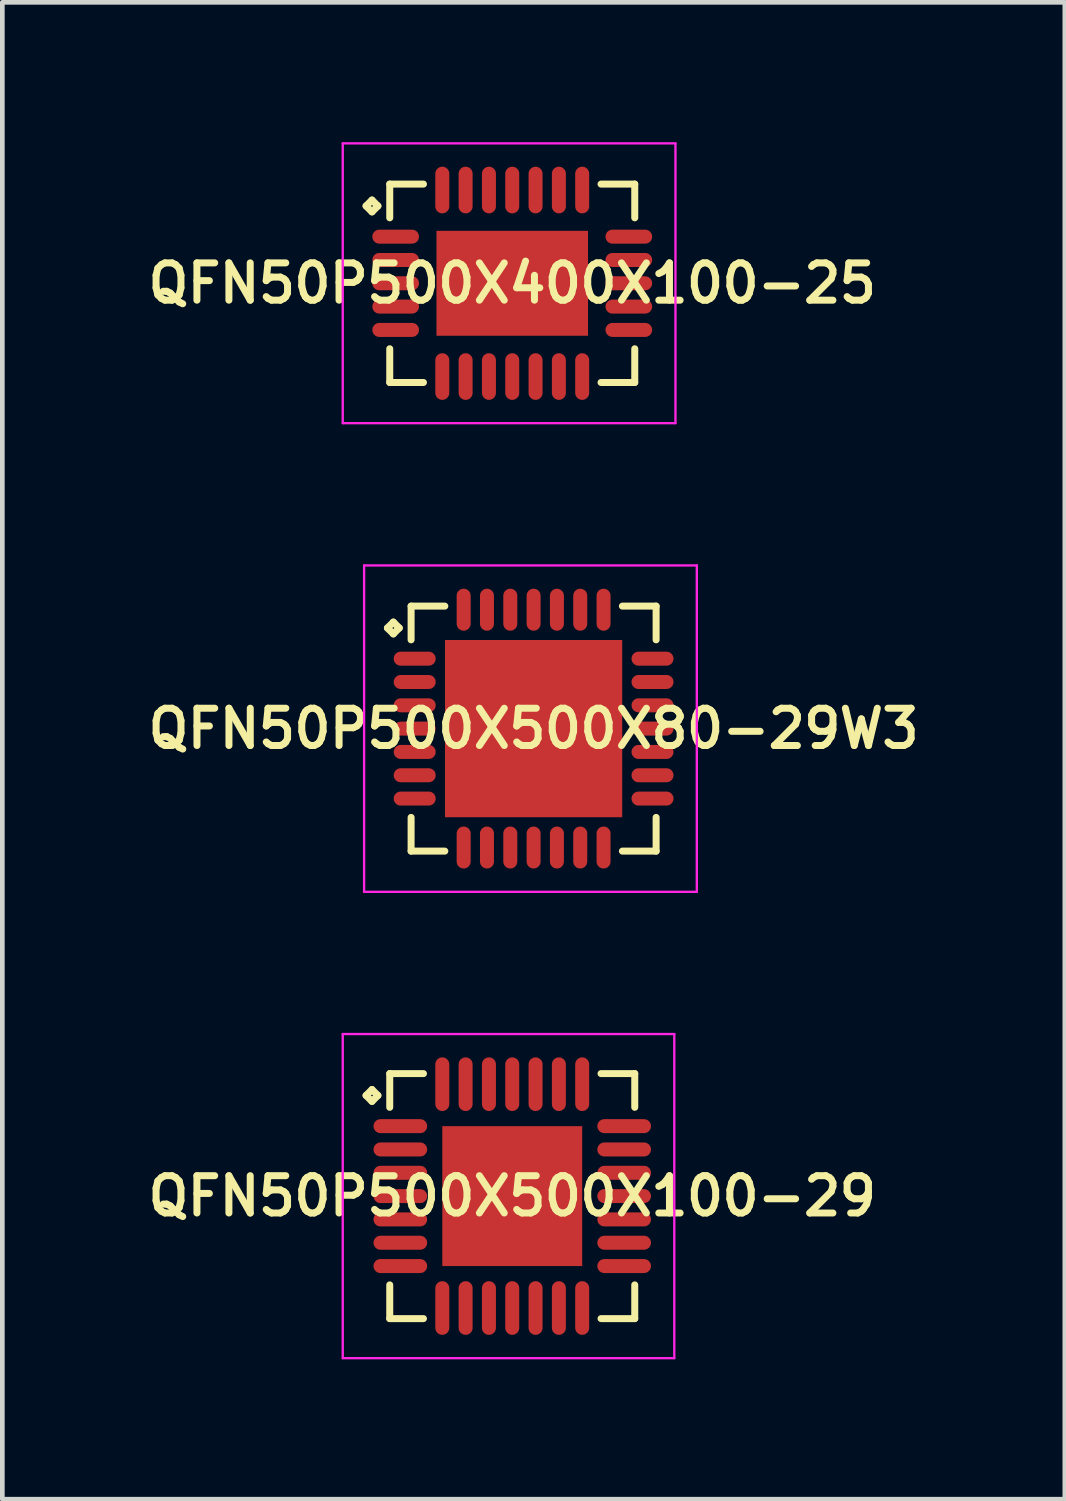
<source format=kicad_pcb>
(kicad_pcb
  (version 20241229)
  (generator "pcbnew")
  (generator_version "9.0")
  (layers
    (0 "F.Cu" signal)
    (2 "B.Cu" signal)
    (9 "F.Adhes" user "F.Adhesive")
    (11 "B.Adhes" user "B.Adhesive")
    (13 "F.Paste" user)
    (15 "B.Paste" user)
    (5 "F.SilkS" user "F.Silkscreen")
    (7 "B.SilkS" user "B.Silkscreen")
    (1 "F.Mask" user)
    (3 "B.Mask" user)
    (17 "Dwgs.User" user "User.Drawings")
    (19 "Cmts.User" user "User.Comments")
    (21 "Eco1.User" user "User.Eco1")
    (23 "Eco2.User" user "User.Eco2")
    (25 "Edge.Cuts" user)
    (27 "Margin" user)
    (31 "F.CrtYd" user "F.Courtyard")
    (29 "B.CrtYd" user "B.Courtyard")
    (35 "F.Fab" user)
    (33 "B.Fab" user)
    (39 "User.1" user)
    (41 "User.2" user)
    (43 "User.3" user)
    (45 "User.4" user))
  (footprint "QFN50P500X500X80-29W3"
    (layer "F.Cu")
    (at 8.393 12.575)
    (property "Reference" "QFN50P500X500X80-29W3" (at 0 0 0) (layer "F.SilkS") (effects (font (size 0.8 0.8) (thickness 0.15))))
    (attr smd)
    (fp_line (start -3.135 -2.158) (end -3.008 -2.285) (stroke (width 0.15) (type solid)) (layer "F.SilkS"))
    (fp_line (start -3.008 -2.285) (end -2.881 -2.158) (stroke (width 0.15) (type solid)) (layer "F.SilkS"))
    (fp_line (start -3.008 -2.031) (end -3.135 -2.158) (stroke (width 0.15) (type solid)) (layer "F.SilkS"))
    (fp_line (start -2.881 -2.158) (end -3.008 -2.031) (stroke (width 0.15) (type solid)) (layer "F.SilkS"))
    (fp_line (start -2.627 -2.627) (end -1.904 -2.627) (stroke (width 0.15) (type solid)) (layer "F.SilkS"))
    (fp_line (start -2.627 -1.904) (end -2.627 -2.627) (stroke (width 0.15) (type solid)) (layer "F.SilkS"))
    (fp_line (start -2.627 1.904) (end -2.627 2.627) (stroke (width 0.15) (type solid)) (layer "F.SilkS"))
    (fp_line (start -2.627 2.627) (end -1.904 2.627) (stroke (width 0.15) (type solid)) (layer "F.SilkS"))
    (fp_line (start 1.904 -2.627) (end 2.627 -2.627) (stroke (width 0.15) (type solid)) (layer "F.SilkS"))
    (fp_line (start 1.904 2.627) (end 2.627 2.627) (stroke (width 0.15) (type solid)) (layer "F.SilkS"))
    (fp_line (start 2.627 -2.627) (end 2.627 -1.904) (stroke (width 0.15) (type solid)) (layer "F.SilkS"))
    (fp_line (start 2.627 2.627) (end 2.627 1.904) (stroke (width 0.15) (type solid)) (layer "F.SilkS"))
    (fp_line (start -3.635 -3.5) (end 3.5 -3.5) (stroke (width 0.05) (type solid)) (layer "F.CrtYd"))
    (fp_line (start -3.635 3.5) (end -3.635 -3.5) (stroke (width 0.05) (type solid)) (layer "F.CrtYd"))
    (fp_line (start 3.5 -3.5) (end 3.5 3.5) (stroke (width 0.05) (type solid)) (layer "F.CrtYd"))
    (fp_line (start 3.5 3.5) (end -3.635 3.5) (stroke (width 0.05) (type solid)) (layer "F.CrtYd"))
    (pad "1" smd oval (at -2.55 -1.5) (size 0.9 0.3) (layers "F.Cu" "F.Mask" "F.Paste"))
    (pad "2" smd oval (at -2.55 -1) (size 0.9 0.3) (layers "F.Cu" "F.Mask" "F.Paste"))
    (pad "3" smd oval (at -2.55 -0.5) (size 0.9 0.3) (layers "F.Cu" "F.Mask" "F.Paste"))
    (pad "4" smd oval (at -2.55 0) (size 0.9 0.3) (layers "F.Cu" "F.Mask" "F.Paste"))
    (pad "5" smd oval (at -2.55 0.5) (size 0.9 0.3) (layers "F.Cu" "F.Mask" "F.Paste"))
    (pad "6" smd oval (at -2.55 1) (size 0.9 0.3) (layers "F.Cu" "F.Mask" "F.Paste"))
    (pad "7" smd oval (at -2.55 1.5) (size 0.9 0.3) (layers "F.Cu" "F.Mask" "F.Paste"))
    (pad "8" smd oval (at -1.5 2.55) (size 0.3 0.9) (layers "F.Cu" "F.Mask" "F.Paste"))
    (pad "9" smd oval (at -1 2.55) (size 0.3 0.9) (layers "F.Cu" "F.Mask" "F.Paste"))
    (pad "10" smd oval (at -0.5 2.55) (size 0.3 0.9) (layers "F.Cu" "F.Mask" "F.Paste"))
    (pad "11" smd oval (at 0 2.55) (size 0.3 0.9) (layers "F.Cu" "F.Mask" "F.Paste"))
    (pad "12" smd oval (at 0.5 2.55) (size 0.3 0.9) (layers "F.Cu" "F.Mask" "F.Paste"))
    (pad "13" smd oval (at 1 2.55) (size 0.3 0.9) (layers "F.Cu" "F.Mask" "F.Paste"))
    (pad "14" smd oval (at 1.5 2.55) (size 0.3 0.9) (layers "F.Cu" "F.Mask" "F.Paste"))
    (pad "15" smd oval (at 2.55 1.5) (size 0.9 0.3) (layers "F.Cu" "F.Mask" "F.Paste"))
    (pad "16" smd oval (at 2.55 1) (size 0.9 0.3) (layers "F.Cu" "F.Mask" "F.Paste"))
    (pad "17" smd oval (at 2.55 0.5) (size 0.9 0.3) (layers "F.Cu" "F.Mask" "F.Paste"))
    (pad "18" smd oval (at 2.55 0) (size 0.9 0.3) (layers "F.Cu" "F.Mask" "F.Paste"))
    (pad "19" smd oval (at 2.55 -0.5) (size 0.9 0.3) (layers "F.Cu" "F.Mask" "F.Paste"))
    (pad "20" smd oval (at 2.55 -1) (size 0.9 0.3) (layers "F.Cu" "F.Mask" "F.Paste"))
    (pad "21" smd oval (at 2.55 -1.5) (size 0.9 0.3) (layers "F.Cu" "F.Mask" "F.Paste"))
    (pad "22" smd oval (at 1.5 -2.55) (size 0.3 0.9) (layers "F.Cu" "F.Mask" "F.Paste"))
    (pad "23" smd oval (at 1 -2.55) (size 0.3 0.9) (layers "F.Cu" "F.Mask" "F.Paste"))
    (pad "24" smd oval (at 0.5 -2.55) (size 0.3 0.9) (layers "F.Cu" "F.Mask" "F.Paste"))
    (pad "25" smd oval (at 0 -2.55) (size 0.3 0.9) (layers "F.Cu" "F.Mask" "F.Paste"))
    (pad "26" smd oval (at -0.5 -2.55) (size 0.3 0.9) (layers "F.Cu" "F.Mask" "F.Paste"))
    (pad "27" smd oval (at -1 -2.55) (size 0.3 0.9) (layers "F.Cu" "F.Mask" "F.Paste"))
    (pad "28" smd oval (at -1.5 -2.55) (size 0.3 0.9) (layers "F.Cu" "F.Mask" "F.Paste"))
    (pad "29" smd rect (at 0 0) (size 3.8 3.8) (layers "F.Cu" "F.Mask" "F.Paste")))
  (footprint "QFN50P500X400X100-25"
    (layer "F.Cu")
    (at 7.935 3.025)
    (property "Reference" "QFN50P500X400X100-25" (at 0 0 0) (layer "F.SilkS") (effects (font (size 0.8 0.8) (thickness 0.15))))
    (attr smd)
    (fp_line (start -3.135 -1.658) (end -3.008 -1.785) (stroke (width 0.15) (type solid)) (layer "F.SilkS"))
    (fp_line (start -3.008 -1.785) (end -2.881 -1.658) (stroke (width 0.15) (type solid)) (layer "F.SilkS"))
    (fp_line (start -3.008 -1.531) (end -3.135 -1.658) (stroke (width 0.15) (type solid)) (layer "F.SilkS"))
    (fp_line (start -2.881 -1.658) (end -3.008 -1.531) (stroke (width 0.15) (type solid)) (layer "F.SilkS"))
    (fp_line (start -2.627 -2.127) (end -1.904 -2.127) (stroke (width 0.15) (type solid)) (layer "F.SilkS"))
    (fp_line (start -2.627 -1.404) (end -2.627 -2.127) (stroke (width 0.15) (type solid)) (layer "F.SilkS"))
    (fp_line (start -2.627 1.404) (end -2.627 2.127) (stroke (width 0.15) (type solid)) (layer "F.SilkS"))
    (fp_line (start -2.627 2.127) (end -1.904 2.127) (stroke (width 0.15) (type solid)) (layer "F.SilkS"))
    (fp_line (start 1.904 -2.127) (end 2.627 -2.127) (stroke (width 0.15) (type solid)) (layer "F.SilkS"))
    (fp_line (start 1.904 2.127) (end 2.627 2.127) (stroke (width 0.15) (type solid)) (layer "F.SilkS"))
    (fp_line (start 2.627 -2.127) (end 2.627 -1.404) (stroke (width 0.15) (type solid)) (layer "F.SilkS"))
    (fp_line (start 2.627 2.127) (end 2.627 1.404) (stroke (width 0.15) (type solid)) (layer "F.SilkS"))
    (fp_line (start -3.635 -3) (end 3.5 -3) (stroke (width 0.05) (type solid)) (layer "F.CrtYd"))
    (fp_line (start -3.635 3) (end -3.635 -3) (stroke (width 0.05) (type solid)) (layer "F.CrtYd"))
    (fp_line (start 3.5 -3) (end 3.5 3) (stroke (width 0.05) (type solid)) (layer "F.CrtYd"))
    (fp_line (start 3.5 3) (end -3.635 3) (stroke (width 0.05) (type solid)) (layer "F.CrtYd"))
    (pad "1" smd oval (at -2.5 -1) (size 1 0.3) (layers "F.Cu" "F.Mask" "F.Paste"))
    (pad "2" smd oval (at -2.5 -0.5) (size 1 0.3) (layers "F.Cu" "F.Mask" "F.Paste"))
    (pad "3" smd oval (at -2.5 0) (size 1 0.3) (layers "F.Cu" "F.Mask" "F.Paste"))
    (pad "4" smd oval (at -2.5 0.5) (size 1 0.3) (layers "F.Cu" "F.Mask" "F.Paste"))
    (pad "5" smd oval (at -2.5 1) (size 1 0.3) (layers "F.Cu" "F.Mask" "F.Paste"))
    (pad "6" smd oval (at -1.5 2) (size 0.3 1) (layers "F.Cu" "F.Mask" "F.Paste"))
    (pad "7" smd oval (at -1 2) (size 0.3 1) (layers "F.Cu" "F.Mask" "F.Paste"))
    (pad "8" smd oval (at -0.5 2) (size 0.3 1) (layers "F.Cu" "F.Mask" "F.Paste"))
    (pad "9" smd oval (at 0 2) (size 0.3 1) (layers "F.Cu" "F.Mask" "F.Paste"))
    (pad "10" smd oval (at 0.5 2) (size 0.3 1) (layers "F.Cu" "F.Mask" "F.Paste"))
    (pad "11" smd oval (at 1 2) (size 0.3 1) (layers "F.Cu" "F.Mask" "F.Paste"))
    (pad "12" smd oval (at 1.5 2) (size 0.3 1) (layers "F.Cu" "F.Mask" "F.Paste"))
    (pad "13" smd oval (at 2.5 1) (size 1 0.3) (layers "F.Cu" "F.Mask" "F.Paste"))
    (pad "14" smd oval (at 2.5 0.5) (size 1 0.3) (layers "F.Cu" "F.Mask" "F.Paste"))
    (pad "15" smd oval (at 2.5 0) (size 1 0.3) (layers "F.Cu" "F.Mask" "F.Paste"))
    (pad "16" smd oval (at 2.5 -0.5) (size 1 0.3) (layers "F.Cu" "F.Mask" "F.Paste"))
    (pad "17" smd oval (at 2.5 -1) (size 1 0.3) (layers "F.Cu" "F.Mask" "F.Paste"))
    (pad "18" smd oval (at 1.5 -2) (size 0.3 1) (layers "F.Cu" "F.Mask" "F.Paste"))
    (pad "19" smd oval (at 1 -2) (size 0.3 1) (layers "F.Cu" "F.Mask" "F.Paste"))
    (pad "20" smd oval (at 0.5 -2) (size 0.3 1) (layers "F.Cu" "F.Mask" "F.Paste"))
    (pad "21" smd oval (at 0 -2) (size 0.3 1) (layers "F.Cu" "F.Mask" "F.Paste"))
    (pad "22" smd oval (at -0.5 -2) (size 0.3 1) (layers "F.Cu" "F.Mask" "F.Paste"))
    (pad "23" smd oval (at -1 -2) (size 0.3 1) (layers "F.Cu" "F.Mask" "F.Paste"))
    (pad "24" smd oval (at -1.5 -2) (size 0.3 1) (layers "F.Cu" "F.Mask" "F.Paste"))
    (pad "25" smd rect (at 0 0) (size 3.25 2.25) (layers "F.Cu" "F.Mask" "F.Paste")))
  (footprint "QFN50P500X500X100-29"
    (layer "F.Cu")
    (at 7.935 22.6)
    (property "Reference" "QFN50P500X500X100-29" (at 0 0 0) (layer "F.SilkS") (effects (font (size 0.8 0.8) (thickness 0.15))))
    (attr smd)
    (fp_line (start -3.135 -2.158) (end -3.008 -2.285) (stroke (width 0.15) (type solid)) (layer "F.SilkS"))
    (fp_line (start -3.008 -2.285) (end -2.881 -2.158) (stroke (width 0.15) (type solid)) (layer "F.SilkS"))
    (fp_line (start -3.008 -2.031) (end -3.135 -2.158) (stroke (width 0.15) (type solid)) (layer "F.SilkS"))
    (fp_line (start -2.881 -2.158) (end -3.008 -2.031) (stroke (width 0.15) (type solid)) (layer "F.SilkS"))
    (fp_line (start -2.627 -2.627) (end -1.904 -2.627) (stroke (width 0.15) (type solid)) (layer "F.SilkS"))
    (fp_line (start -2.627 -1.904) (end -2.627 -2.627) (stroke (width 0.15) (type solid)) (layer "F.SilkS"))
    (fp_line (start -2.627 1.904) (end -2.627 2.627) (stroke (width 0.15) (type solid)) (layer "F.SilkS"))
    (fp_line (start -2.627 2.627) (end -1.904 2.627) (stroke (width 0.15) (type solid)) (layer "F.SilkS"))
    (fp_line (start 1.904 -2.627) (end 2.627 -2.627) (stroke (width 0.15) (type solid)) (layer "F.SilkS"))
    (fp_line (start 1.904 2.627) (end 2.627 2.627) (stroke (width 0.15) (type solid)) (layer "F.SilkS"))
    (fp_line (start 2.627 -2.627) (end 2.627 -1.904) (stroke (width 0.15) (type solid)) (layer "F.SilkS"))
    (fp_line (start 2.627 2.627) (end 2.627 1.904) (stroke (width 0.15) (type solid)) (layer "F.SilkS"))
    (fp_line (start -3.635 -3.475) (end 3.475 -3.475) (stroke (width 0.05) (type solid)) (layer "F.CrtYd"))
    (fp_line (start -3.635 3.475) (end -3.635 -3.475) (stroke (width 0.05) (type solid)) (layer "F.CrtYd"))
    (fp_line (start 3.475 -3.475) (end 3.475 3.475) (stroke (width 0.05) (type solid)) (layer "F.CrtYd"))
    (fp_line (start 3.475 3.475) (end -3.635 3.475) (stroke (width 0.05) (type solid)) (layer "F.CrtYd"))
    (pad "1" smd oval (at -2.4 -1.5) (size 1.15 0.3) (layers "F.Cu" "F.Mask" "F.Paste"))
    (pad "2" smd oval (at -2.4 -1) (size 1.15 0.3) (layers "F.Cu" "F.Mask" "F.Paste"))
    (pad "3" smd oval (at -2.4 -0.5) (size 1.15 0.3) (layers "F.Cu" "F.Mask" "F.Paste"))
    (pad "4" smd oval (at -2.4 0) (size 1.15 0.3) (layers "F.Cu" "F.Mask" "F.Paste"))
    (pad "5" smd oval (at -2.4 0.5) (size 1.15 0.3) (layers "F.Cu" "F.Mask" "F.Paste"))
    (pad "6" smd oval (at -2.4 1) (size 1.15 0.3) (layers "F.Cu" "F.Mask" "F.Paste"))
    (pad "7" smd oval (at -2.4 1.5) (size 1.15 0.3) (layers "F.Cu" "F.Mask" "F.Paste"))
    (pad "8" smd oval (at -1.5 2.4) (size 0.3 1.15) (layers "F.Cu" "F.Mask" "F.Paste"))
    (pad "9" smd oval (at -1 2.4) (size 0.3 1.15) (layers "F.Cu" "F.Mask" "F.Paste"))
    (pad "10" smd oval (at -0.5 2.4) (size 0.3 1.15) (layers "F.Cu" "F.Mask" "F.Paste"))
    (pad "11" smd oval (at 0 2.4) (size 0.3 1.15) (layers "F.Cu" "F.Mask" "F.Paste"))
    (pad "12" smd oval (at 0.5 2.4) (size 0.3 1.15) (layers "F.Cu" "F.Mask" "F.Paste"))
    (pad "13" smd oval (at 1 2.4) (size 0.3 1.15) (layers "F.Cu" "F.Mask" "F.Paste"))
    (pad "14" smd oval (at 1.5 2.4) (size 0.3 1.15) (layers "F.Cu" "F.Mask" "F.Paste"))
    (pad "15" smd oval (at 2.4 1.5) (size 1.15 0.3) (layers "F.Cu" "F.Mask" "F.Paste"))
    (pad "16" smd oval (at 2.4 1) (size 1.15 0.3) (layers "F.Cu" "F.Mask" "F.Paste"))
    (pad "17" smd oval (at 2.4 0.5) (size 1.15 0.3) (layers "F.Cu" "F.Mask" "F.Paste"))
    (pad "18" smd oval (at 2.4 0) (size 1.15 0.3) (layers "F.Cu" "F.Mask" "F.Paste"))
    (pad "19" smd oval (at 2.4 -0.5) (size 1.15 0.3) (layers "F.Cu" "F.Mask" "F.Paste"))
    (pad "20" smd oval (at 2.4 -1) (size 1.15 0.3) (layers "F.Cu" "F.Mask" "F.Paste"))
    (pad "21" smd oval (at 2.4 -1.5) (size 1.15 0.3) (layers "F.Cu" "F.Mask" "F.Paste"))
    (pad "22" smd oval (at 1.5 -2.4) (size 0.3 1.15) (layers "F.Cu" "F.Mask" "F.Paste"))
    (pad "23" smd oval (at 1 -2.4) (size 0.3 1.15) (layers "F.Cu" "F.Mask" "F.Paste"))
    (pad "24" smd oval (at 0.5 -2.4) (size 0.3 1.15) (layers "F.Cu" "F.Mask" "F.Paste"))
    (pad "25" smd oval (at 0 -2.4) (size 0.3 1.15) (layers "F.Cu" "F.Mask" "F.Paste"))
    (pad "26" smd oval (at -0.5 -2.4) (size 0.3 1.15) (layers "F.Cu" "F.Mask" "F.Paste"))
    (pad "27" smd oval (at -1 -2.4) (size 0.3 1.15) (layers "F.Cu" "F.Mask" "F.Paste"))
    (pad "28" smd oval (at -1.5 -2.4) (size 0.3 1.15) (layers "F.Cu" "F.Mask" "F.Paste"))
    (pad "29" smd rect (at 0 0) (size 3 3) (layers "F.Cu" "F.Mask" "F.Paste")))
  (gr_rect
    (start -3 -3)
    (end 19.785 29.1)
    (stroke (width 0.1) (type default))
    (fill no)
    (layer "Edge.Cuts")))
</source>
